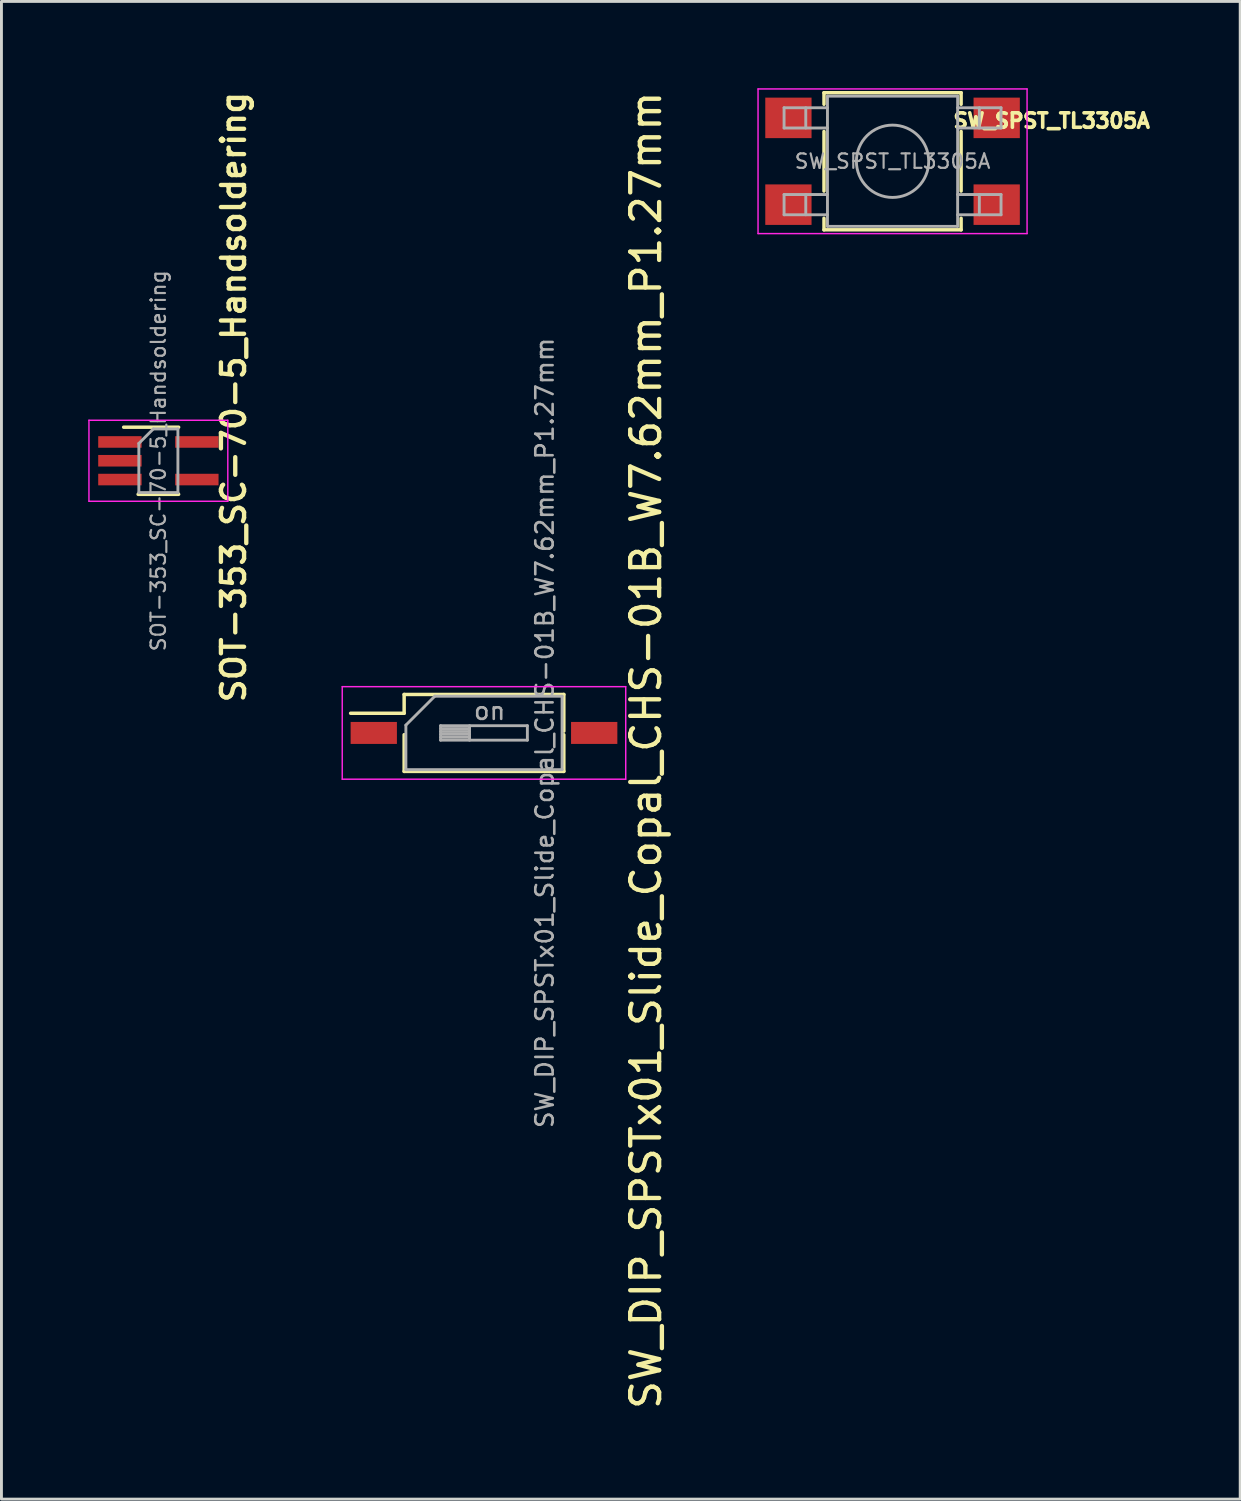
<source format=kicad_pcb>
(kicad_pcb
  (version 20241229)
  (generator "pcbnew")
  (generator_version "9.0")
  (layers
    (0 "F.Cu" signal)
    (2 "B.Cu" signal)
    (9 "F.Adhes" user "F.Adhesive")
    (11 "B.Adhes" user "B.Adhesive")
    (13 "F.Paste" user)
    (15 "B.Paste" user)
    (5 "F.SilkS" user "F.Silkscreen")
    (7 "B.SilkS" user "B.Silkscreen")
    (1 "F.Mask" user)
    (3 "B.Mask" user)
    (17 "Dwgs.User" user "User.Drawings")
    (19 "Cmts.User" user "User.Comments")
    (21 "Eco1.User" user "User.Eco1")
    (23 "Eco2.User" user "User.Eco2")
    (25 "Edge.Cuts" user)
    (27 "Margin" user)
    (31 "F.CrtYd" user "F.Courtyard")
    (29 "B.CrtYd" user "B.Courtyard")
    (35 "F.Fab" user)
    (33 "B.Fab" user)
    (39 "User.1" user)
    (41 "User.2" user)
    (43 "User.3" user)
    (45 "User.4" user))
  (footprint "SW_DIP_SPSTx01_Slide_Copal_CHS-01B_W7.62mm_P1.27mm"
    (layer "F.Cu")
    (at 13.681 22.287)
    (property "Reference" "SW_DIP_SPSTx01_Slide_Copal_CHS-01B_W7.62mm_P1.27mm" (at 5.6 0.6 90) (layer "F.SilkS") (effects (font (size 1 1) (thickness 0.15))))
    (attr smd)
    (fp_line (start -4.61 -0.68) (end -2.76 -0.68) (stroke (width 0.12) (type solid)) (layer "F.SilkS"))
    (fp_line (start -2.76 -1.33) (end -2.76 -0.68) (stroke (width 0.12) (type solid)) (layer "F.SilkS"))
    (fp_line (start -2.76 -1.33) (end 2.76 -1.33) (stroke (width 0.12) (type solid)) (layer "F.SilkS"))
    (fp_line (start -2.76 0.061) (end -2.76 1.33) (stroke (width 0.12) (type solid)) (layer "F.SilkS"))
    (fp_line (start -2.76 1.33) (end 2.76 1.33) (stroke (width 0.12) (type solid)) (layer "F.SilkS"))
    (fp_line (start 2.76 -1.33) (end 2.76 -0.061) (stroke (width 0.12) (type solid)) (layer "F.SilkS"))
    (fp_line (start 2.76 0.061) (end 2.76 1.33) (stroke (width 0.12) (type solid)) (layer "F.SilkS"))
    (fp_line (start -4.9 -1.6) (end -4.9 1.6) (stroke (width 0.05) (type solid)) (layer "F.CrtYd"))
    (fp_line (start -4.9 1.6) (end 4.9 1.6) (stroke (width 0.05) (type solid)) (layer "F.CrtYd"))
    (fp_line (start 4.9 -1.6) (end -4.9 -1.6) (stroke (width 0.05) (type solid)) (layer "F.CrtYd"))
    (fp_line (start 4.9 1.6) (end 4.9 -1.6) (stroke (width 0.05) (type solid)) (layer "F.CrtYd"))
    (fp_line (start -2.7 -0.27) (end -1.7 -1.27) (stroke (width 0.1) (type solid)) (layer "F.Fab"))
    (fp_line (start -2.7 1.27) (end -2.7 -0.27) (stroke (width 0.1) (type solid)) (layer "F.Fab"))
    (fp_line (start -1.7 -1.27) (end 2.7 -1.27) (stroke (width 0.1) (type solid)) (layer "F.Fab"))
    (fp_line (start -1.5 -0.25) (end -1.5 0.25) (stroke (width 0.1) (type solid)) (layer "F.Fab"))
    (fp_line (start -1.5 -0.15) (end -0.5 -0.15) (stroke (width 0.1) (type solid)) (layer "F.Fab"))
    (fp_line (start -1.5 -0.05) (end -0.5 -0.05) (stroke (width 0.1) (type solid)) (layer "F.Fab"))
    (fp_line (start -1.5 0.05) (end -0.5 0.05) (stroke (width 0.1) (type solid)) (layer "F.Fab"))
    (fp_line (start -1.5 0.15) (end -0.5 0.15) (stroke (width 0.1) (type solid)) (layer "F.Fab"))
    (fp_line (start -1.5 0.25) (end 1.5 0.25) (stroke (width 0.1) (type solid)) (layer "F.Fab"))
    (fp_line (start -0.5 -0.25) (end -0.5 0.25) (stroke (width 0.1) (type solid)) (layer "F.Fab"))
    (fp_line (start 1.5 -0.25) (end -1.5 -0.25) (stroke (width 0.1) (type solid)) (layer "F.Fab"))
    (fp_line (start 1.5 0.25) (end 1.5 -0.25) (stroke (width 0.1) (type solid)) (layer "F.Fab"))
    (fp_line (start 2.7 -1.27) (end 2.7 1.27) (stroke (width 0.1) (type solid)) (layer "F.Fab"))
    (fp_line (start 2.7 1.27) (end -2.7 1.27) (stroke (width 0.1) (type solid)) (layer "F.Fab"))
    (fp_text user "on" (at 0.195 -0.76 0) (layer "F.Fab") (effects (font (size 0.6 0.6) (thickness 0.09))))
    (fp_text user "${REFERENCE}" (at 2.1 0 90) (layer "F.Fab") (effects (font (size 0.6 0.6) (thickness 0.09))))
    (pad "1" smd rect (at -3.81 0) (size 1.6 0.76) (layers "F.Cu" "F.Mask" "F.Paste"))
    (pad "2" smd rect (at 3.81 0) (size 1.6 0.76) (layers "F.Cu" "F.Mask" "F.Paste")))
  (footprint "SW_SPST_TL3305A"
    (layer "F.Cu")
    (at 27.805 2.525)
    (property "Reference" "SW_SPST_TL3305A" (at 5.5 -1.4 0) (layer "F.SilkS") (effects (font (size 0.5 0.5) (thickness 0.125))))
    (attr smd)
    (fp_line (start -2.37 -2.37) (end -2.37 -1.97) (stroke (width 0.12) (type solid)) (layer "F.SilkS"))
    (fp_line (start -2.37 -2.37) (end 2.37 -2.37) (stroke (width 0.12) (type solid)) (layer "F.SilkS"))
    (fp_line (start -2.37 1.03) (end -2.37 -1.03) (stroke (width 0.12) (type solid)) (layer "F.SilkS"))
    (fp_line (start -2.37 2.37) (end -2.37 1.97) (stroke (width 0.12) (type solid)) (layer "F.SilkS"))
    (fp_line (start -2.37 2.37) (end 2.37 2.37) (stroke (width 0.12) (type solid)) (layer "F.SilkS"))
    (fp_line (start 2.37 -2.37) (end 2.37 -1.97) (stroke (width 0.12) (type solid)) (layer "F.SilkS"))
    (fp_line (start 2.37 1.03) (end 2.37 -1.03) (stroke (width 0.12) (type solid)) (layer "F.SilkS"))
    (fp_line (start 2.37 2.37) (end 2.37 1.97) (stroke (width 0.12) (type solid)) (layer "F.SilkS"))
    (fp_line (start -4.65 -2.5) (end 4.65 -2.5) (stroke (width 0.05) (type solid)) (layer "F.CrtYd"))
    (fp_line (start -4.65 2.5) (end -4.65 -2.5) (stroke (width 0.05) (type solid)) (layer "F.CrtYd"))
    (fp_line (start 4.65 -2.5) (end 4.65 2.5) (stroke (width 0.05) (type solid)) (layer "F.CrtYd"))
    (fp_line (start 4.65 2.5) (end -4.65 2.5) (stroke (width 0.05) (type solid)) (layer "F.CrtYd"))
    (fp_line (start -3.75 -1.85) (end -3.75 -1.15) (stroke (width 0.1) (type solid)) (layer "F.Fab"))
    (fp_line (start -3.75 -1.15) (end -2.25 -1.15) (stroke (width 0.1) (type solid)) (layer "F.Fab"))
    (fp_line (start -3.75 1.15) (end -3.75 1.85) (stroke (width 0.1) (type solid)) (layer "F.Fab"))
    (fp_line (start -3.75 1.85) (end -2.25 1.85) (stroke (width 0.1) (type solid)) (layer "F.Fab"))
    (fp_line (start -3 -1.85) (end -3 -1.15) (stroke (width 0.1) (type solid)) (layer "F.Fab"))
    (fp_line (start -3 1.15) (end -3 1.85) (stroke (width 0.1) (type solid)) (layer "F.Fab"))
    (fp_line (start -2.25 -2.25) (end 2.25 -2.25) (stroke (width 0.1) (type solid)) (layer "F.Fab"))
    (fp_line (start -2.25 -1.85) (end -3.75 -1.85) (stroke (width 0.1) (type solid)) (layer "F.Fab"))
    (fp_line (start -2.25 1.15) (end -3.75 1.15) (stroke (width 0.1) (type solid)) (layer "F.Fab"))
    (fp_line (start -2.25 2.25) (end -2.25 -2.25) (stroke (width 0.1) (type solid)) (layer "F.Fab"))
    (fp_line (start 2.25 -2.25) (end 2.25 2.25) (stroke (width 0.1) (type solid)) (layer "F.Fab"))
    (fp_line (start 2.25 -1.15) (end 3.75 -1.15) (stroke (width 0.1) (type solid)) (layer "F.Fab"))
    (fp_line (start 2.25 1.15) (end 3.75 1.15) (stroke (width 0.1) (type solid)) (layer "F.Fab"))
    (fp_line (start 2.25 2.25) (end -2.25 2.25) (stroke (width 0.1) (type solid)) (layer "F.Fab"))
    (fp_line (start 3 -1.85) (end 3 -1.15) (stroke (width 0.1) (type solid)) (layer "F.Fab"))
    (fp_line (start 3 1.15) (end 3 1.85) (stroke (width 0.1) (type solid)) (layer "F.Fab"))
    (fp_line (start 3.75 -1.85) (end 2.25 -1.85) (stroke (width 0.1) (type solid)) (layer "F.Fab"))
    (fp_line (start 3.75 -1.15) (end 3.75 -1.85) (stroke (width 0.1) (type solid)) (layer "F.Fab"))
    (fp_line (start 3.75 1.15) (end 3.75 1.85) (stroke (width 0.1) (type solid)) (layer "F.Fab"))
    (fp_line (start 3.75 1.85) (end 2.25 1.85) (stroke (width 0.1) (type solid)) (layer "F.Fab"))
    (fp_circle (center 0 0) (end 1.25 0) (stroke (width 0.1) (type solid)) (fill no) (layer "F.Fab"))
    (fp_text user "${REFERENCE}" (at 0 0 180) (layer "F.Fab") (effects (font (size 0.5 0.5) (thickness 0.075))))
    (pad "1" smd rect (at -3.6 -1.5) (size 1.6 1.4) (layers "F.Cu" "F.Mask" "F.Paste"))
    (pad "1" smd rect (at 3.6 -1.5) (size 1.6 1.4) (layers "F.Cu" "F.Mask" "F.Paste"))
    (pad "2" smd rect (at -3.6 1.5) (size 1.6 1.4) (layers "F.Cu" "F.Mask" "F.Paste"))
    (pad "2" smd rect (at 3.6 1.5) (size 1.6 1.4) (layers "F.Cu" "F.Mask" "F.Paste")))
  (footprint "SOT-353_SC-70-5_Handsoldering"
    (layer "F.Cu")
    (at 2.425 12.878)
    (property "Reference" "SOT-353_SC-70-5_Handsoldering" (at 2.6 -2.2 90) (layer "F.SilkS") (effects (font (size 0.8 0.8) (thickness 0.15))))
    (attr smd)
    (fp_line (start -1.2 -1.16) (end 0.7 -1.16) (stroke (width 0.12) (type solid)) (layer "F.SilkS"))
    (fp_line (start 0.7 1.16) (end -0.7 1.16) (stroke (width 0.12) (type solid)) (layer "F.SilkS"))
    (fp_line (start -2.4 1.4) (end -2.4 -1.4) (stroke (width 0.05) (type solid)) (layer "F.CrtYd"))
    (fp_line (start 2.4 -1.4) (end -2.4 -1.4) (stroke (width 0.05) (type solid)) (layer "F.CrtYd"))
    (fp_line (start 2.4 -1.4) (end 2.4 1.4) (stroke (width 0.05) (type solid)) (layer "F.CrtYd"))
    (fp_line (start 2.4 1.4) (end -2.4 1.4) (stroke (width 0.05) (type solid)) (layer "F.CrtYd"))
    (fp_line (start -0.675 -0.6) (end -0.175 -1.1) (stroke (width 0.1) (type solid)) (layer "F.Fab"))
    (fp_line (start -0.675 1.1) (end -0.675 -0.6) (stroke (width 0.1) (type solid)) (layer "F.Fab"))
    (fp_line (start -0.675 1.1) (end 0.675 1.1) (stroke (width 0.1) (type solid)) (layer "F.Fab"))
    (fp_line (start -0.175 -1.1) (end 0.675 -1.1) (stroke (width 0.1) (type solid)) (layer "F.Fab"))
    (fp_line (start 0.675 1.1) (end 0.675 -1.1) (stroke (width 0.1) (type solid)) (layer "F.Fab"))
    (fp_text user "${REFERENCE}" (at 0 0 90) (layer "F.Fab") (effects (font (size 0.5 0.5) (thickness 0.075))))
    (pad "1" smd rect (at -1.33 -0.65 180) (size 1.5 0.4) (layers "F.Cu" "F.Mask" "F.Paste"))
    (pad "2" smd rect (at -1.33 0 180) (size 1.5 0.4) (layers "F.Cu" "F.Mask" "F.Paste"))
    (pad "3" smd rect (at -1.33 0.65 180) (size 1.5 0.4) (layers "F.Cu" "F.Mask" "F.Paste"))
    (pad "4" smd rect (at 1.33 0.65 180) (size 1.5 0.4) (layers "F.Cu" "F.Mask" "F.Paste"))
    (pad "5" smd rect (at 1.33 -0.65 180) (size 1.5 0.4) (layers "F.Cu" "F.Mask" "F.Paste")))
  (gr_rect
    (start -3 -3)
    (end 39.823 48.774)
    (stroke (width 0.1) (type default))
    (fill no)
    (layer "Edge.Cuts")))
</source>
